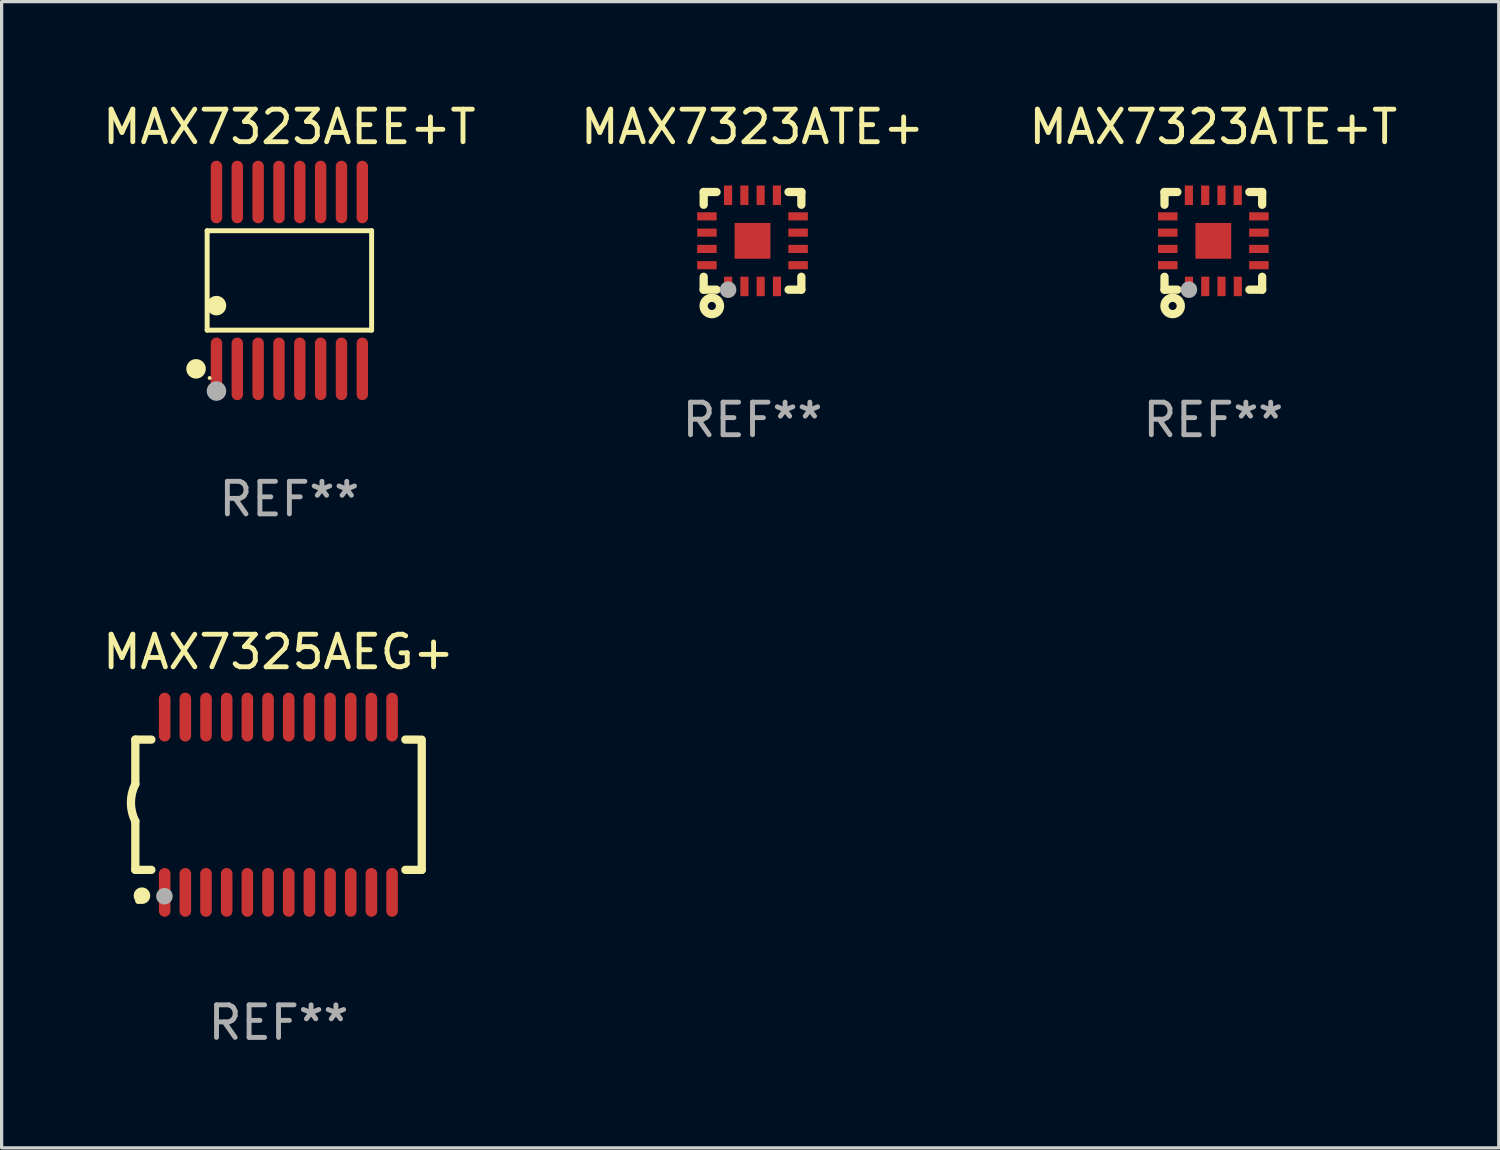
<source format=kicad_pcb>
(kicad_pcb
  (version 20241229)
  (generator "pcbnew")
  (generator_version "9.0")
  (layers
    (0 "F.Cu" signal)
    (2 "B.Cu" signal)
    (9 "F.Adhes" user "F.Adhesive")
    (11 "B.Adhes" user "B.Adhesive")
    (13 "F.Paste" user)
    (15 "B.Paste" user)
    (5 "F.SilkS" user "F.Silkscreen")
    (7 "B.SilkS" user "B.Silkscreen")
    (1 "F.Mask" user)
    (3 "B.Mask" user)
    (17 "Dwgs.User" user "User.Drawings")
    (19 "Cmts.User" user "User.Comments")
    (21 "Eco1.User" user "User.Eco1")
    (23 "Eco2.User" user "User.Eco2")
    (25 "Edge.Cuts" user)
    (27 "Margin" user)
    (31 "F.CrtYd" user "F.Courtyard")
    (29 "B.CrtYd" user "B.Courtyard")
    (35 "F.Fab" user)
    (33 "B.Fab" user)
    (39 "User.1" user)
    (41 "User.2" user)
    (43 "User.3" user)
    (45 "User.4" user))
  (footprint "MAX7323ATE+"
    (layer "F.Cu")
    (at 20.065 4.348)
    (property "Reference" "MAX7323ATE+" (at 0 -3.5 0) (layer "F.SilkS") (effects (font (size 1 1) (thickness 0.15))))
    (attr through_hole)
    (fp_line (start -1.5 -1.5) (end -1.5 -1.108) (stroke (width 0.254) (type solid)) (layer "F.SilkS"))
    (fp_line (start -1.5 -1.5) (end -1.105 -1.5) (stroke (width 0.254) (type solid)) (layer "F.SilkS"))
    (fp_line (start -1.5 1.104) (end -1.5 1.5) (stroke (width 0.254) (type solid)) (layer "F.SilkS"))
    (fp_line (start -1.5 1.5) (end -1.105 1.5) (stroke (width 0.254) (type solid)) (layer "F.SilkS"))
    (fp_line (start 1.106 -1.5) (end 1.5 -1.5) (stroke (width 0.254) (type solid)) (layer "F.SilkS"))
    (fp_line (start 1.108 1.5) (end 1.5 1.5) (stroke (width 0.254) (type solid)) (layer "F.SilkS"))
    (fp_line (start 1.5 -1.108) (end 1.5 -1.5) (stroke (width 0.254) (type solid)) (layer "F.SilkS"))
    (fp_line (start 1.5 1.5) (end 1.5 1.104) (stroke (width 0.254) (type solid)) (layer "F.SilkS"))
    (fp_circle (center -1.5 1.5) (end -1.47 1.5) (stroke (width 0.06) (type solid)) (fill no) (layer "F.SilkS"))
    (fp_circle (center -1.25 2) (end -1.125 2) (stroke (width 0.254) (type solid)) (fill no) (layer "F.SilkS"))
    (fp_circle (center -0.75 1.5) (end -0.623 1.5) (stroke (width 0.254) (type solid)) (fill no) (layer "F.Fab"))
    (fp_text user "REF**" (at 0 5.5 0) (layer "F.Fab") (effects (font (size 1 1) (thickness 0.15))))
    (pad "1" smd rect (at -0.749 1.4 180) (size 0.25 0.6) (layers "F.Cu" "F.Mask" "F.Paste"))
    (pad "2" smd rect (at -0.249 1.4 180) (size 0.25 0.6) (layers "F.Cu" "F.Mask" "F.Paste"))
    (pad "3" smd rect (at 0.251 1.4 180) (size 0.25 0.6) (layers "F.Cu" "F.Mask" "F.Paste"))
    (pad "4" smd rect (at 0.751 1.4 180) (size 0.25 0.6) (layers "F.Cu" "F.Mask" "F.Paste"))
    (pad "5" smd rect (at 1.4 0.748 270) (size 0.25 0.6) (layers "F.Cu" "F.Mask" "F.Paste"))
    (pad "6" smd rect (at 1.4 0.248 270) (size 0.25 0.6) (layers "F.Cu" "F.Mask" "F.Paste"))
    (pad "7" smd rect (at 1.4 -0.252 270) (size 0.25 0.6) (layers "F.Cu" "F.Mask" "F.Paste"))
    (pad "8" smd rect (at 1.4 -0.752 270) (size 0.25 0.6) (layers "F.Cu" "F.Mask" "F.Paste"))
    (pad "9" smd rect (at 0.75 -1.4) (size 0.25 0.6) (layers "F.Cu" "F.Mask" "F.Paste"))
    (pad "10" smd rect (at 0.25 -1.4) (size 0.25 0.6) (layers "F.Cu" "F.Mask" "F.Paste"))
    (pad "11" smd rect (at -0.25 -1.4) (size 0.25 0.6) (layers "F.Cu" "F.Mask" "F.Paste"))
    (pad "12" smd rect (at -0.751 -1.4) (size 0.25 0.6) (layers "F.Cu" "F.Mask" "F.Paste"))
    (pad "13" smd rect (at -1.4 -0.752 90) (size 0.25 0.6) (layers "F.Cu" "F.Mask" "F.Paste"))
    (pad "14" smd rect (at -1.4 -0.252 90) (size 0.25 0.6) (layers "F.Cu" "F.Mask" "F.Paste"))
    (pad "15" smd rect (at -1.4 0.248 90) (size 0.25 0.6) (layers "F.Cu" "F.Mask" "F.Paste"))
    (pad "16" smd rect (at -1.4 0.748 90) (size 0.25 0.6) (layers "F.Cu" "F.Mask" "F.Paste"))
    (pad "17" smd rect (at -0.000241 0.000013 90) (size 1.1 1.1) (layers "F.Cu" "F.Mask" "F.Paste")))
  (footprint "MAX7323AEE+T"
    (layer "F.Cu")
    (at 5.839 5.564)
    (property "Reference" "MAX7323AEE+T" (at 0 -4.716 0) (layer "F.SilkS") (effects (font (size 1 1) (thickness 0.15))))
    (attr through_hole)
    (fp_line (start -2.526 -1.526) (end 2.526 -1.526) (stroke (width 0.152) (type solid)) (layer "F.SilkS"))
    (fp_line (start -2.526 1.526) (end -2.526 -1.526) (stroke (width 0.152) (type solid)) (layer "F.SilkS"))
    (fp_line (start 2.526 -1.526) (end 2.526 1.526) (stroke (width 0.152) (type solid)) (layer "F.SilkS"))
    (fp_line (start 2.526 1.526) (end -2.526 1.526) (stroke (width 0.152) (type solid)) (layer "F.SilkS"))
    (fp_circle (center -2.867 2.716) (end -2.717 2.716) (stroke (width 0.3) (type solid)) (fill no) (layer "F.SilkS"))
    (fp_circle (center -2.45 2.997) (end -2.42 2.997) (stroke (width 0.06) (type solid)) (fill no) (layer "F.SilkS"))
    (fp_circle (center -2.24 0.774) (end -2.09 0.774) (stroke (width 0.3) (type solid)) (fill no) (layer "F.SilkS"))
    (fp_circle (center -2.24 3.398) (end -2.09 3.398) (stroke (width 0.3) (type solid)) (fill no) (layer "F.Fab"))
    (fp_text user "REF**" (at 0 6.716 0) (layer "F.Fab") (effects (font (size 1 1) (thickness 0.15))))
    (pad "1" smd oval (at -2.24 2.716) (size 0.35 1.922) (layers "F.Cu" "F.Mask" "F.Paste"))
    (pad "2" smd oval (at -1.6 2.716) (size 0.35 1.922) (layers "F.Cu" "F.Mask" "F.Paste"))
    (pad "3" smd oval (at -0.96 2.716) (size 0.35 1.922) (layers "F.Cu" "F.Mask" "F.Paste"))
    (pad "4" smd oval (at -0.32 2.716) (size 0.35 1.922) (layers "F.Cu" "F.Mask" "F.Paste"))
    (pad "5" smd oval (at 0.32 2.716) (size 0.35 1.922) (layers "F.Cu" "F.Mask" "F.Paste"))
    (pad "6" smd oval (at 0.96 2.716) (size 0.35 1.922) (layers "F.Cu" "F.Mask" "F.Paste"))
    (pad "7" smd oval (at 1.6 2.716) (size 0.35 1.922) (layers "F.Cu" "F.Mask" "F.Paste"))
    (pad "8" smd oval (at 2.24 2.716) (size 0.35 1.922) (layers "F.Cu" "F.Mask" "F.Paste"))
    (pad "9" smd oval (at 2.24 -2.716) (size 0.35 1.922) (layers "F.Cu" "F.Mask" "F.Paste"))
    (pad "10" smd oval (at 1.6 -2.716) (size 0.35 1.922) (layers "F.Cu" "F.Mask" "F.Paste"))
    (pad "11" smd oval (at 0.96 -2.716) (size 0.35 1.922) (layers "F.Cu" "F.Mask" "F.Paste"))
    (pad "12" smd oval (at 0.32 -2.716) (size 0.35 1.922) (layers "F.Cu" "F.Mask" "F.Paste"))
    (pad "13" smd oval (at -0.32 -2.716) (size 0.35 1.922) (layers "F.Cu" "F.Mask" "F.Paste"))
    (pad "14" smd oval (at -0.96 -2.716) (size 0.35 1.922) (layers "F.Cu" "F.Mask" "F.Paste"))
    (pad "15" smd oval (at -1.6 -2.716) (size 0.35 1.922) (layers "F.Cu" "F.Mask" "F.Paste"))
    (pad "16" smd oval (at -2.24 -2.716) (size 0.35 1.922) (layers "F.Cu" "F.Mask" "F.Paste")))
  (footprint "MAX7323ATE+T"
    (layer "F.Cu")
    (at 34.22 4.348)
    (property "Reference" "MAX7323ATE+T" (at 0 -3.5 0) (layer "F.SilkS") (effects (font (size 1 1) (thickness 0.15))))
    (attr through_hole)
    (fp_line (start -1.5 -1.5) (end -1.5 -1.108) (stroke (width 0.254) (type solid)) (layer "F.SilkS"))
    (fp_line (start -1.5 -1.5) (end -1.105 -1.5) (stroke (width 0.254) (type solid)) (layer "F.SilkS"))
    (fp_line (start -1.5 1.104) (end -1.5 1.5) (stroke (width 0.254) (type solid)) (layer "F.SilkS"))
    (fp_line (start -1.5 1.5) (end -1.105 1.5) (stroke (width 0.254) (type solid)) (layer "F.SilkS"))
    (fp_line (start 1.106 -1.5) (end 1.5 -1.5) (stroke (width 0.254) (type solid)) (layer "F.SilkS"))
    (fp_line (start 1.108 1.5) (end 1.5 1.5) (stroke (width 0.254) (type solid)) (layer "F.SilkS"))
    (fp_line (start 1.5 -1.108) (end 1.5 -1.5) (stroke (width 0.254) (type solid)) (layer "F.SilkS"))
    (fp_line (start 1.5 1.5) (end 1.5 1.104) (stroke (width 0.254) (type solid)) (layer "F.SilkS"))
    (fp_circle (center -1.5 1.5) (end -1.47 1.5) (stroke (width 0.06) (type solid)) (fill no) (layer "F.SilkS"))
    (fp_circle (center -1.25 2) (end -1.125 2) (stroke (width 0.254) (type solid)) (fill no) (layer "F.SilkS"))
    (fp_circle (center -0.75 1.5) (end -0.623 1.5) (stroke (width 0.254) (type solid)) (fill no) (layer "F.Fab"))
    (fp_text user "REF**" (at 0 5.5 0) (layer "F.Fab") (effects (font (size 1 1) (thickness 0.15))))
    (pad "1" smd rect (at -0.749 1.4 180) (size 0.25 0.6) (layers "F.Cu" "F.Mask" "F.Paste"))
    (pad "2" smd rect (at -0.249 1.4 180) (size 0.25 0.6) (layers "F.Cu" "F.Mask" "F.Paste"))
    (pad "3" smd rect (at 0.251 1.4 180) (size 0.25 0.6) (layers "F.Cu" "F.Mask" "F.Paste"))
    (pad "4" smd rect (at 0.751 1.4 180) (size 0.25 0.6) (layers "F.Cu" "F.Mask" "F.Paste"))
    (pad "5" smd rect (at 1.4 0.748 270) (size 0.25 0.6) (layers "F.Cu" "F.Mask" "F.Paste"))
    (pad "6" smd rect (at 1.4 0.248 270) (size 0.25 0.6) (layers "F.Cu" "F.Mask" "F.Paste"))
    (pad "7" smd rect (at 1.4 -0.252 270) (size 0.25 0.6) (layers "F.Cu" "F.Mask" "F.Paste"))
    (pad "8" smd rect (at 1.4 -0.752 270) (size 0.25 0.6) (layers "F.Cu" "F.Mask" "F.Paste"))
    (pad "9" smd rect (at 0.75 -1.4) (size 0.25 0.6) (layers "F.Cu" "F.Mask" "F.Paste"))
    (pad "10" smd rect (at 0.25 -1.4) (size 0.25 0.6) (layers "F.Cu" "F.Mask" "F.Paste"))
    (pad "11" smd rect (at -0.25 -1.4) (size 0.25 0.6) (layers "F.Cu" "F.Mask" "F.Paste"))
    (pad "12" smd rect (at -0.751 -1.4) (size 0.25 0.6) (layers "F.Cu" "F.Mask" "F.Paste"))
    (pad "13" smd rect (at -1.4 -0.752 90) (size 0.25 0.6) (layers "F.Cu" "F.Mask" "F.Paste"))
    (pad "14" smd rect (at -1.4 -0.252 90) (size 0.25 0.6) (layers "F.Cu" "F.Mask" "F.Paste"))
    (pad "15" smd rect (at -1.4 0.248 90) (size 0.25 0.6) (layers "F.Cu" "F.Mask" "F.Paste"))
    (pad "16" smd rect (at -1.4 0.748 90) (size 0.25 0.6) (layers "F.Cu" "F.Mask" "F.Paste"))
    (pad "17" smd rect (at -0.000241 0.000013 90) (size 1.1 1.1) (layers "F.Cu" "F.Mask" "F.Paste")))
  (footprint "MAX7325AEG+"
    (layer "F.Cu")
    (at 5.506 21.669)
    (property "Reference" "MAX7325AEG+" (at 0 -4.692 0) (layer "F.SilkS") (effects (font (size 1 1) (thickness 0.15))))
    (attr through_hole)
    (fp_line (start -4.399 -2) (end -4.399 -0.635) (stroke (width 0.254) (type solid)) (layer "F.SilkS"))
    (fp_line (start -4.399 -2) (end -3.907 -2) (stroke (width 0.254) (type solid)) (layer "F.SilkS"))
    (fp_line (start -4.399 2) (end -4.399 0.508) (stroke (width 0.254) (type solid)) (layer "F.SilkS"))
    (fp_line (start -4.399 2) (end -3.907 2) (stroke (width 0.254) (type solid)) (layer "F.SilkS"))
    (fp_line (start 3.896 -2) (end 4.313 -2) (stroke (width 0.254) (type solid)) (layer "F.SilkS"))
    (fp_line (start 3.896 2) (end 4.399 2) (stroke (width 0.254) (type solid)) (layer "F.SilkS"))
    (fp_line (start 4.399 2) (end 4.399 -2) (stroke (width 0.254) (type solid)) (layer "F.SilkS"))
    (fp_arc (start -4.399301 0.508001) (mid -4.534214 -0.0635) (end -4.399301 -0.635001) (stroke (width 0.254001) (type solid)) (layer "F.SilkS"))
    (fp_circle (center -4.305 2.95) (end -4.255 2.95) (stroke (width 0.1) (type solid)) (fill no) (layer "F.SilkS"))
    (fp_circle (center -4.196 2.794) (end -4.069 2.794) (stroke (width 0.254) (type solid)) (fill no) (layer "F.SilkS"))
    (fp_circle (center -3.505 2.81) (end -3.378 2.81) (stroke (width 0.254) (type solid)) (fill no) (layer "F.Fab"))
    (fp_text user "REF**" (at 0 6.692 0) (layer "F.Fab") (effects (font (size 1 1) (thickness 0.15))))
    (pad "1" smd oval (at -3.498 2.692 90) (size 1.5 0.356) (layers "F.Cu" "F.Mask" "F.Paste"))
    (pad "2" smd oval (at -2.863 2.692 90) (size 1.5 0.356) (layers "F.Cu" "F.Mask" "F.Paste"))
    (pad "3" smd oval (at -2.228 2.692 90) (size 1.5 0.356) (layers "F.Cu" "F.Mask" "F.Paste"))
    (pad "4" smd oval (at -1.593 2.692 90) (size 1.5 0.356) (layers "F.Cu" "F.Mask" "F.Paste"))
    (pad "5" smd oval (at -0.958 2.692 90) (size 1.5 0.356) (layers "F.Cu" "F.Mask" "F.Paste"))
    (pad "6" smd oval (at -0.323 2.692 90) (size 1.5 0.356) (layers "F.Cu" "F.Mask" "F.Paste"))
    (pad "7" smd oval (at 0.312 2.692 90) (size 1.5 0.356) (layers "F.Cu" "F.Mask" "F.Paste"))
    (pad "8" smd oval (at 0.947 2.692 90) (size 1.5 0.356) (layers "F.Cu" "F.Mask" "F.Paste"))
    (pad "9" smd oval (at 1.582 2.692 90) (size 1.5 0.356) (layers "F.Cu" "F.Mask" "F.Paste"))
    (pad "10" smd oval (at 2.217 2.692 90) (size 1.5 0.356) (layers "F.Cu" "F.Mask" "F.Paste"))
    (pad "11" smd oval (at 2.852 2.692 90) (size 1.5 0.356) (layers "F.Cu" "F.Mask" "F.Paste"))
    (pad "12" smd oval (at 3.487 2.692 90) (size 1.5 0.356) (layers "F.Cu" "F.Mask" "F.Paste"))
    (pad "13" smd oval (at 3.487 -2.692 90) (size 1.5 0.356) (layers "F.Cu" "F.Mask" "F.Paste"))
    (pad "14" smd oval (at 2.852 -2.692 90) (size 1.5 0.356) (layers "F.Cu" "F.Mask" "F.Paste"))
    (pad "15" smd oval (at 2.217 -2.692 90) (size 1.5 0.356) (layers "F.Cu" "F.Mask" "F.Paste"))
    (pad "16" smd oval (at 1.582 -2.692 90) (size 1.5 0.356) (layers "F.Cu" "F.Mask" "F.Paste"))
    (pad "17" smd oval (at 0.947 -2.692 90) (size 1.5 0.356) (layers "F.Cu" "F.Mask" "F.Paste"))
    (pad "18" smd oval (at 0.312 -2.692 90) (size 1.5 0.356) (layers "F.Cu" "F.Mask" "F.Paste"))
    (pad "19" smd oval (at -0.323 -2.692 90) (size 1.5 0.356) (layers "F.Cu" "F.Mask" "F.Paste"))
    (pad "20" smd oval (at -0.958 -2.692 90) (size 1.5 0.356) (layers "F.Cu" "F.Mask" "F.Paste"))
    (pad "21" smd oval (at -1.593 -2.692 90) (size 1.5 0.356) (layers "F.Cu" "F.Mask" "F.Paste"))
    (pad "22" smd oval (at -2.228 -2.692 90) (size 1.5 0.356) (layers "F.Cu" "F.Mask" "F.Paste"))
    (pad "23" smd oval (at -2.863 -2.692 90) (size 1.5 0.356) (layers "F.Cu" "F.Mask" "F.Paste"))
    (pad "24" smd oval (at -3.498 -2.692 90) (size 1.5 0.356) (layers "F.Cu" "F.Mask" "F.Paste")))
  (gr_rect
    (start -3 -3)
    (end 42.988 32.209)
    (stroke (width 0.1) (type default))
    (fill no)
    (layer "Edge.Cuts")))
</source>
